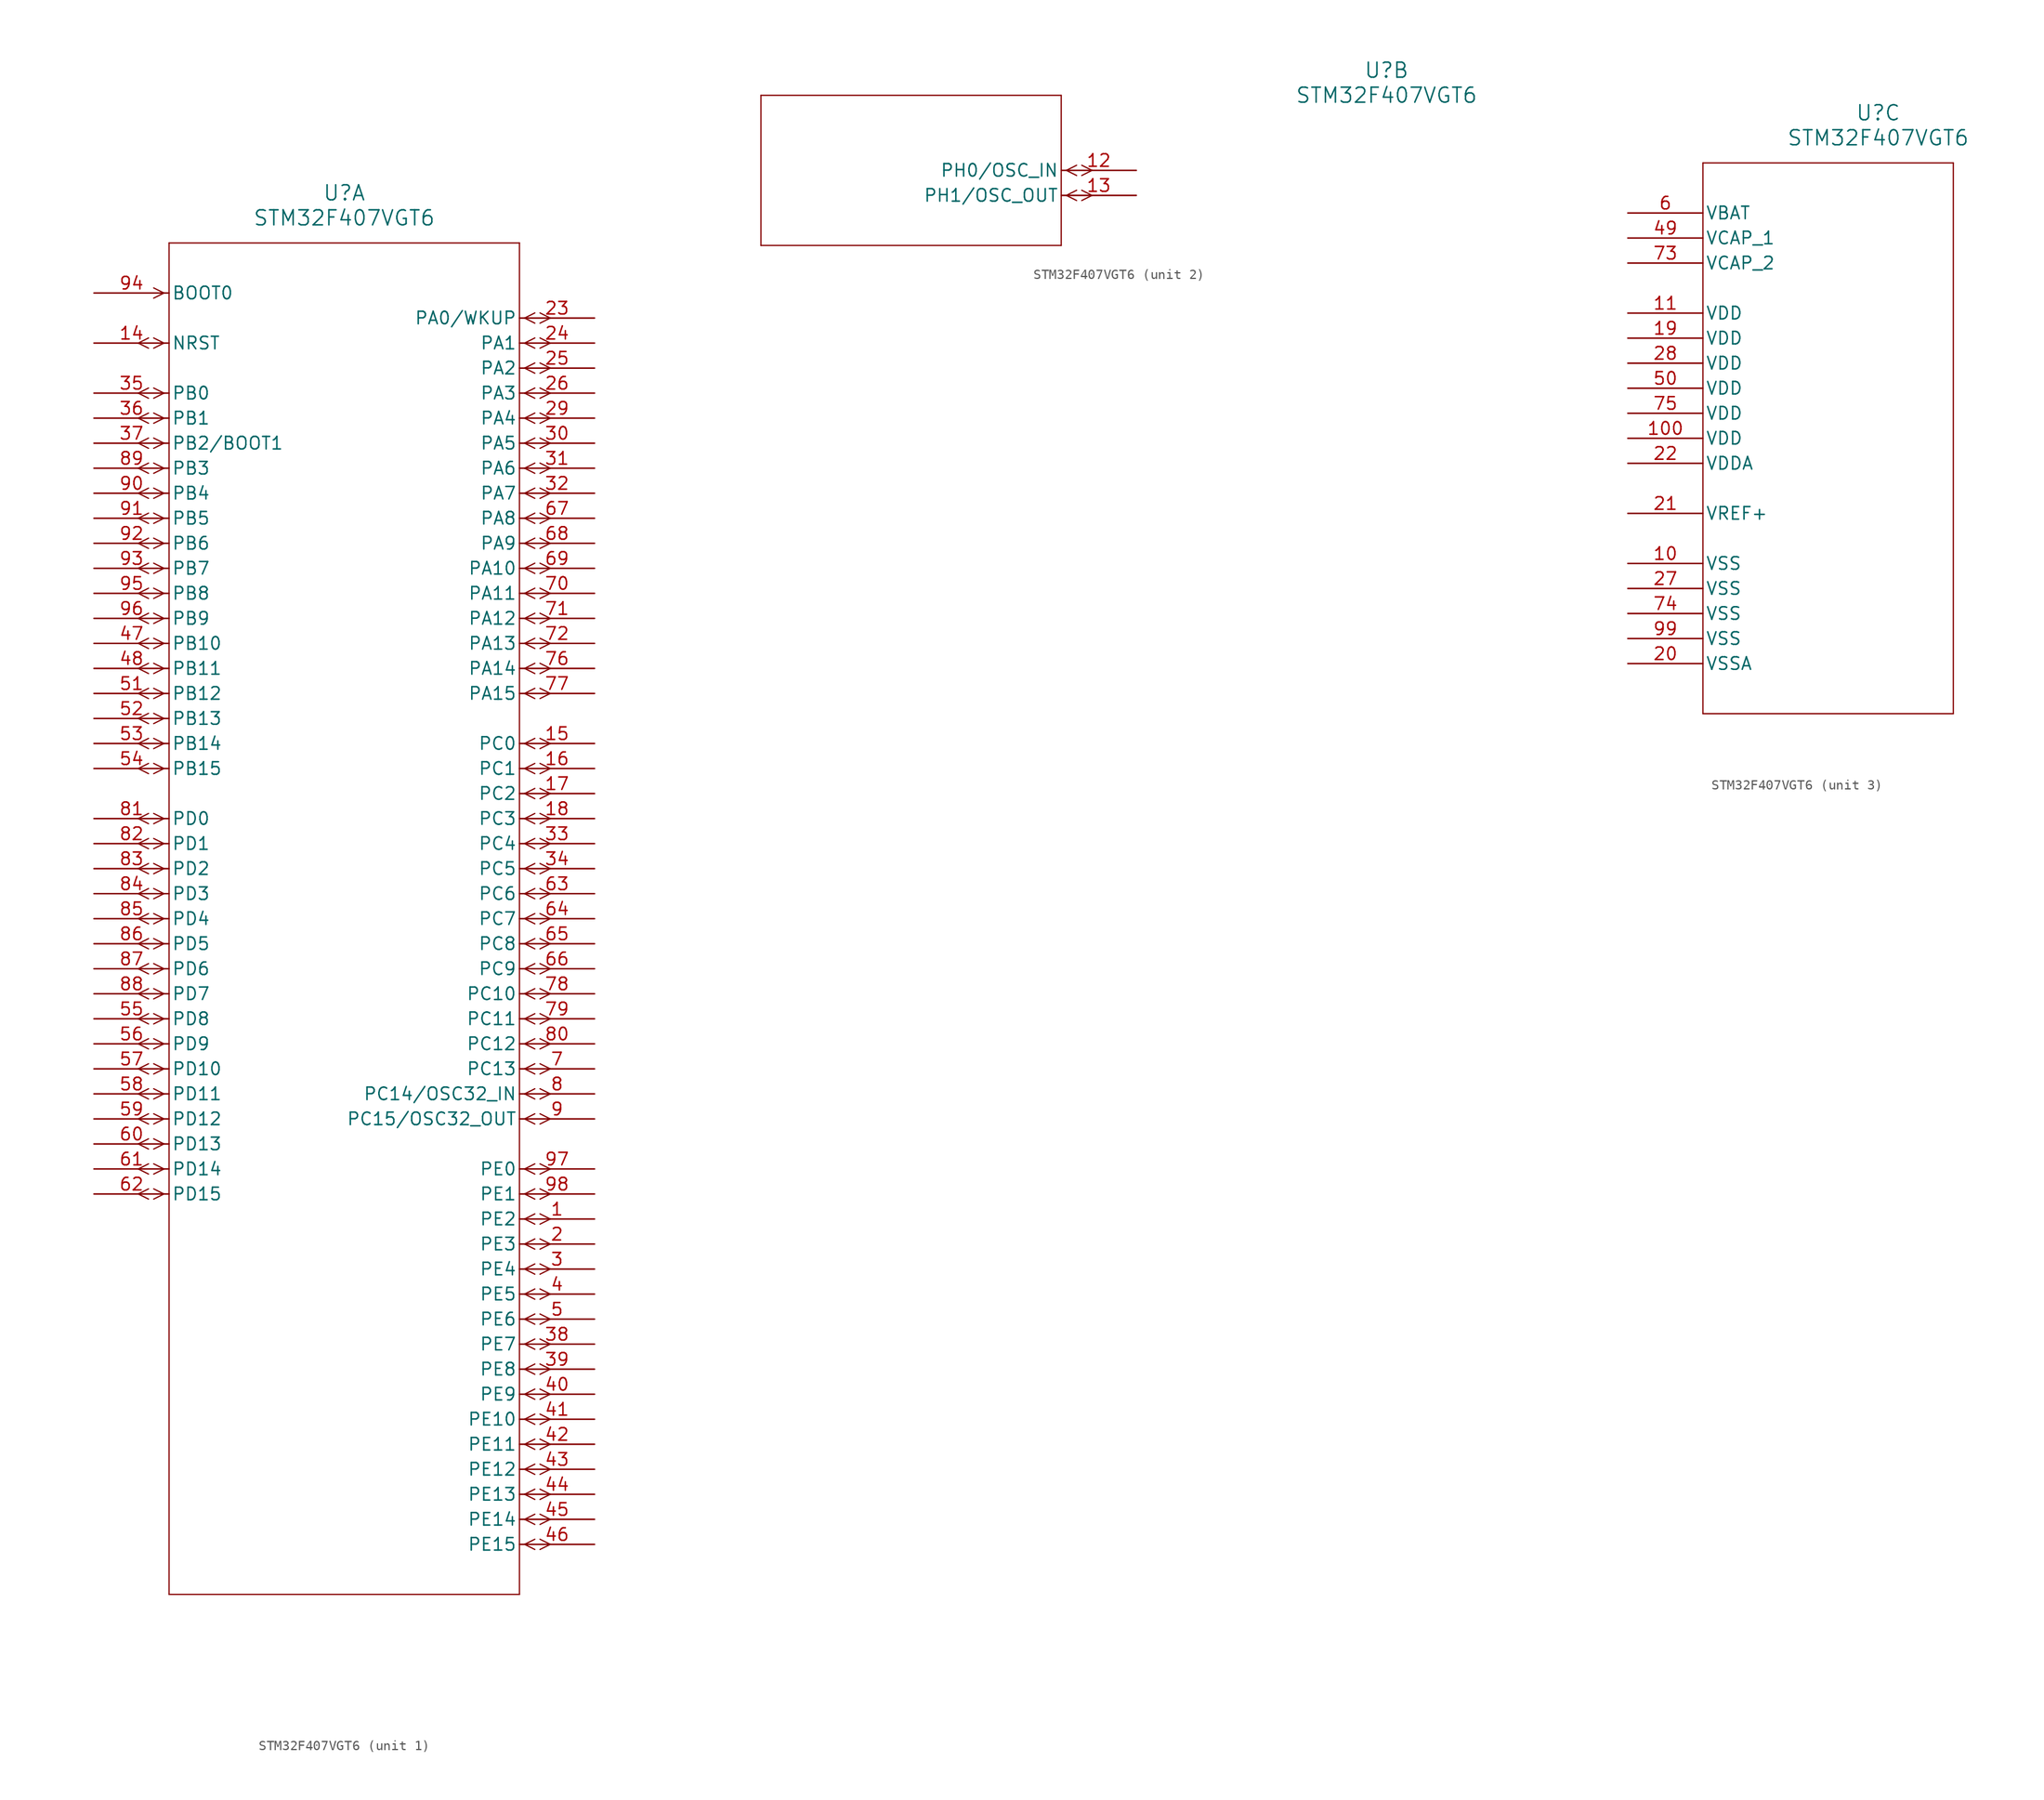
<source format=kicad_sym>
(kicad_symbol_lib
  (version 20211014)
  (generator kicad_symbol_editor)
  (symbol "STM32F407VGT6"
    (pin_names
      (offset 0.254))
    (property "Reference" "U"
      (at 25.4 10.16 0)
      (effects (font (size 1.524 1.524))))
    (property "Value" "STM32F407VGT6"
      (at 25.4 7.62 0)
      (effects (font (size 1.524 1.524))))
    (symbol "STM32F407VGT6_1_1"
      (polyline (pts (xy 7.099 0) (xy 6.058 0.521)) (stroke (width 0.127) (type default) (color 0 0 0 0)) (fill (type none)))
      (polyline (pts (xy 7.099 0) (xy 6.058 -0.521)) (stroke (width 0.127) (type default) (color 0 0 0 0)) (fill (type none)))
      (polyline (pts (xy 7.099 -5.08) (xy 6.058 -4.559)) (stroke (width 0.127) (type default) (color 0 0 0 0)) (fill (type none)))
      (polyline (pts (xy 7.099 -5.08) (xy 6.058 -5.601)) (stroke (width 0.127) (type default) (color 0 0 0 0)) (fill (type none)))
      (polyline (pts (xy 5.537 -4.559) (xy 4.496 -5.08)) (stroke (width 0.127) (type default) (color 0 0 0 0)) (fill (type none)))
      (polyline (pts (xy 5.537 -5.601) (xy 4.496 -5.08)) (stroke (width 0.127) (type default) (color 0 0 0 0)) (fill (type none)))
      (polyline (pts (xy 7.099 -10.16) (xy 6.058 -9.639)) (stroke (width 0.127) (type default) (color 0 0 0 0)) (fill (type none)))
      (polyline (pts (xy 7.099 -10.16) (xy 6.058 -10.681)) (stroke (width 0.127) (type default) (color 0 0 0 0)) (fill (type none)))
      (polyline (pts (xy 5.537 -9.639) (xy 4.496 -10.16)) (stroke (width 0.127) (type default) (color 0 0 0 0)) (fill (type none)))
      (polyline (pts (xy 5.537 -10.681) (xy 4.496 -10.16)) (stroke (width 0.127) (type default) (color 0 0 0 0)) (fill (type none)))
      (polyline (pts (xy 7.099 -12.7) (xy 6.058 -12.179)) (stroke (width 0.127) (type default) (color 0 0 0 0)) (fill (type none)))
      (polyline (pts (xy 7.099 -12.7) (xy 6.058 -13.221)) (stroke (width 0.127) (type default) (color 0 0 0 0)) (fill (type none)))
      (polyline (pts (xy 5.537 -12.179) (xy 4.496 -12.7)) (stroke (width 0.127) (type default) (color 0 0 0 0)) (fill (type none)))
      (polyline (pts (xy 5.537 -13.221) (xy 4.496 -12.7)) (stroke (width 0.127) (type default) (color 0 0 0 0)) (fill (type none)))
      (polyline (pts (xy 7.099 -15.24) (xy 6.058 -14.719)) (stroke (width 0.127) (type default) (color 0 0 0 0)) (fill (type none)))
      (polyline (pts (xy 7.099 -15.24) (xy 6.058 -15.761)) (stroke (width 0.127) (type default) (color 0 0 0 0)) (fill (type none)))
      (polyline (pts (xy 5.537 -14.719) (xy 4.496 -15.24)) (stroke (width 0.127) (type default) (color 0 0 0 0)) (fill (type none)))
      (polyline (pts (xy 5.537 -15.761) (xy 4.496 -15.24)) (stroke (width 0.127) (type default) (color 0 0 0 0)) (fill (type none)))
      (polyline (pts (xy 7.099 -17.78) (xy 6.058 -17.259)) (stroke (width 0.127) (type default) (color 0 0 0 0)) (fill (type none)))
      (polyline (pts (xy 7.099 -17.78) (xy 6.058 -18.301)) (stroke (width 0.127) (type default) (color 0 0 0 0)) (fill (type none)))
      (polyline (pts (xy 5.537 -17.259) (xy 4.496 -17.78)) (stroke (width 0.127) (type default) (color 0 0 0 0)) (fill (type none)))
      (polyline (pts (xy 5.537 -18.301) (xy 4.496 -17.78)) (stroke (width 0.127) (type default) (color 0 0 0 0)) (fill (type none)))
      (polyline (pts (xy 7.099 -20.32) (xy 6.058 -19.799)) (stroke (width 0.127) (type default) (color 0 0 0 0)) (fill (type none)))
      (polyline (pts (xy 7.099 -20.32) (xy 6.058 -20.841)) (stroke (width 0.127) (type default) (color 0 0 0 0)) (fill (type none)))
      (polyline (pts (xy 5.537 -19.799) (xy 4.496 -20.32)) (stroke (width 0.127) (type default) (color 0 0 0 0)) (fill (type none)))
      (polyline (pts (xy 5.537 -20.841) (xy 4.496 -20.32)) (stroke (width 0.127) (type default) (color 0 0 0 0)) (fill (type none)))
      (polyline (pts (xy 7.099 -22.86) (xy 6.058 -22.339)) (stroke (width 0.127) (type default) (color 0 0 0 0)) (fill (type none)))
      (polyline (pts (xy 7.099 -22.86) (xy 6.058 -23.381)) (stroke (width 0.127) (type default) (color 0 0 0 0)) (fill (type none)))
      (polyline (pts (xy 5.537 -22.339) (xy 4.496 -22.86)) (stroke (width 0.127) (type default) (color 0 0 0 0)) (fill (type none)))
      (polyline (pts (xy 5.537 -23.381) (xy 4.496 -22.86)) (stroke (width 0.127) (type default) (color 0 0 0 0)) (fill (type none)))
      (polyline (pts (xy 7.099 -25.4) (xy 6.058 -24.879)) (stroke (width 0.127) (type default) (color 0 0 0 0)) (fill (type none)))
      (polyline (pts (xy 7.099 -25.4) (xy 6.058 -25.921)) (stroke (width 0.127) (type default) (color 0 0 0 0)) (fill (type none)))
      (polyline (pts (xy 5.537 -24.879) (xy 4.496 -25.4)) (stroke (width 0.127) (type default) (color 0 0 0 0)) (fill (type none)))
      (polyline (pts (xy 5.537 -25.921) (xy 4.496 -25.4)) (stroke (width 0.127) (type default) (color 0 0 0 0)) (fill (type none)))
      (polyline (pts (xy 7.099 -27.94) (xy 6.058 -27.419)) (stroke (width 0.127) (type default) (color 0 0 0 0)) (fill (type none)))
      (polyline (pts (xy 7.099 -27.94) (xy 6.058 -28.461)) (stroke (width 0.127) (type default) (color 0 0 0 0)) (fill (type none)))
      (polyline (pts (xy 5.537 -27.419) (xy 4.496 -27.94)) (stroke (width 0.127) (type default) (color 0 0 0 0)) (fill (type none)))
      (polyline (pts (xy 5.537 -28.461) (xy 4.496 -27.94)) (stroke (width 0.127) (type default) (color 0 0 0 0)) (fill (type none)))
      (polyline (pts (xy 7.099 -30.48) (xy 6.058 -29.959)) (stroke (width 0.127) (type default) (color 0 0 0 0)) (fill (type none)))
      (polyline (pts (xy 7.099 -30.48) (xy 6.058 -31.001)) (stroke (width 0.127) (type default) (color 0 0 0 0)) (fill (type none)))
      (polyline (pts (xy 5.537 -29.959) (xy 4.496 -30.48)) (stroke (width 0.127) (type default) (color 0 0 0 0)) (fill (type none)))
      (polyline (pts (xy 5.537 -31.001) (xy 4.496 -30.48)) (stroke (width 0.127) (type default) (color 0 0 0 0)) (fill (type none)))
      (polyline (pts (xy 7.099 -33.02) (xy 6.058 -32.499)) (stroke (width 0.127) (type default) (color 0 0 0 0)) (fill (type none)))
      (polyline (pts (xy 7.099 -33.02) (xy 6.058 -33.541)) (stroke (width 0.127) (type default) (color 0 0 0 0)) (fill (type none)))
      (polyline (pts (xy 5.537 -32.499) (xy 4.496 -33.02)) (stroke (width 0.127) (type default) (color 0 0 0 0)) (fill (type none)))
      (polyline (pts (xy 5.537 -33.541) (xy 4.496 -33.02)) (stroke (width 0.127) (type default) (color 0 0 0 0)) (fill (type none)))
      (polyline (pts (xy 7.099 -35.56) (xy 6.058 -35.039)) (stroke (width 0.127) (type default) (color 0 0 0 0)) (fill (type none)))
      (polyline (pts (xy 7.099 -35.56) (xy 6.058 -36.081)) (stroke (width 0.127) (type default) (color 0 0 0 0)) (fill (type none)))
      (polyline (pts (xy 5.537 -35.039) (xy 4.496 -35.56)) (stroke (width 0.127) (type default) (color 0 0 0 0)) (fill (type none)))
      (polyline (pts (xy 5.537 -36.081) (xy 4.496 -35.56)) (stroke (width 0.127) (type default) (color 0 0 0 0)) (fill (type none)))
      (polyline (pts (xy 7.099 -38.1) (xy 6.058 -37.579)) (stroke (width 0.127) (type default) (color 0 0 0 0)) (fill (type none)))
      (polyline (pts (xy 7.099 -38.1) (xy 6.058 -38.621)) (stroke (width 0.127) (type default) (color 0 0 0 0)) (fill (type none)))
      (polyline (pts (xy 5.537 -37.579) (xy 4.496 -38.1)) (stroke (width 0.127) (type default) (color 0 0 0 0)) (fill (type none)))
      (polyline (pts (xy 5.537 -38.621) (xy 4.496 -38.1)) (stroke (width 0.127) (type default) (color 0 0 0 0)) (fill (type none)))
      (polyline (pts (xy 7.099 -40.64) (xy 6.058 -40.119)) (stroke (width 0.127) (type default) (color 0 0 0 0)) (fill (type none)))
      (polyline (pts (xy 7.099 -40.64) (xy 6.058 -41.161)) (stroke (width 0.127) (type default) (color 0 0 0 0)) (fill (type none)))
      (polyline (pts (xy 5.537 -40.119) (xy 4.496 -40.64)) (stroke (width 0.127) (type default) (color 0 0 0 0)) (fill (type none)))
      (polyline (pts (xy 5.537 -41.161) (xy 4.496 -40.64)) (stroke (width 0.127) (type default) (color 0 0 0 0)) (fill (type none)))
      (polyline (pts (xy 7.099 -43.18) (xy 6.058 -42.659)) (stroke (width 0.127) (type default) (color 0 0 0 0)) (fill (type none)))
      (polyline (pts (xy 7.099 -43.18) (xy 6.058 -43.701)) (stroke (width 0.127) (type default) (color 0 0 0 0)) (fill (type none)))
      (polyline (pts (xy 5.537 -42.659) (xy 4.496 -43.18)) (stroke (width 0.127) (type default) (color 0 0 0 0)) (fill (type none)))
      (polyline (pts (xy 5.537 -43.701) (xy 4.496 -43.18)) (stroke (width 0.127) (type default) (color 0 0 0 0)) (fill (type none)))
      (polyline (pts (xy 7.099 -45.72) (xy 6.058 -45.199)) (stroke (width 0.127) (type default) (color 0 0 0 0)) (fill (type none)))
      (polyline (pts (xy 7.099 -45.72) (xy 6.058 -46.241)) (stroke (width 0.127) (type default) (color 0 0 0 0)) (fill (type none)))
      (polyline (pts (xy 5.537 -45.199) (xy 4.496 -45.72)) (stroke (width 0.127) (type default) (color 0 0 0 0)) (fill (type none)))
      (polyline (pts (xy 5.537 -46.241) (xy 4.496 -45.72)) (stroke (width 0.127) (type default) (color 0 0 0 0)) (fill (type none)))
      (polyline (pts (xy 7.099 -48.26) (xy 6.058 -47.739)) (stroke (width 0.127) (type default) (color 0 0 0 0)) (fill (type none)))
      (polyline (pts (xy 7.099 -48.26) (xy 6.058 -48.781)) (stroke (width 0.127) (type default) (color 0 0 0 0)) (fill (type none)))
      (polyline (pts (xy 5.537 -47.739) (xy 4.496 -48.26)) (stroke (width 0.127) (type default) (color 0 0 0 0)) (fill (type none)))
      (polyline (pts (xy 5.537 -48.781) (xy 4.496 -48.26)) (stroke (width 0.127) (type default) (color 0 0 0 0)) (fill (type none)))
      (polyline (pts (xy 7.099 -53.34) (xy 6.058 -52.819)) (stroke (width 0.127) (type default) (color 0 0 0 0)) (fill (type none)))
      (polyline (pts (xy 7.099 -53.34) (xy 6.058 -53.861)) (stroke (width 0.127) (type default) (color 0 0 0 0)) (fill (type none)))
      (polyline (pts (xy 5.537 -52.819) (xy 4.496 -53.34)) (stroke (width 0.127) (type default) (color 0 0 0 0)) (fill (type none)))
      (polyline (pts (xy 5.537 -53.861) (xy 4.496 -53.34)) (stroke (width 0.127) (type default) (color 0 0 0 0)) (fill (type none)))
      (polyline (pts (xy 7.099 -55.88) (xy 6.058 -55.359)) (stroke (width 0.127) (type default) (color 0 0 0 0)) (fill (type none)))
      (polyline (pts (xy 7.099 -55.88) (xy 6.058 -56.401)) (stroke (width 0.127) (type default) (color 0 0 0 0)) (fill (type none)))
      (polyline (pts (xy 5.537 -55.359) (xy 4.496 -55.88)) (stroke (width 0.127) (type default) (color 0 0 0 0)) (fill (type none)))
      (polyline (pts (xy 5.537 -56.401) (xy 4.496 -55.88)) (stroke (width 0.127) (type default) (color 0 0 0 0)) (fill (type none)))
      (polyline (pts (xy 7.099 -58.42) (xy 6.058 -57.899)) (stroke (width 0.127) (type default) (color 0 0 0 0)) (fill (type none)))
      (polyline (pts (xy 7.099 -58.42) (xy 6.058 -58.941)) (stroke (width 0.127) (type default) (color 0 0 0 0)) (fill (type none)))
      (polyline (pts (xy 5.537 -57.899) (xy 4.496 -58.42)) (stroke (width 0.127) (type default) (color 0 0 0 0)) (fill (type none)))
      (polyline (pts (xy 5.537 -58.941) (xy 4.496 -58.42)) (stroke (width 0.127) (type default) (color 0 0 0 0)) (fill (type none)))
      (polyline (pts (xy 7.099 -60.96) (xy 6.058 -60.439)) (stroke (width 0.127) (type default) (color 0 0 0 0)) (fill (type none)))
      (polyline (pts (xy 7.099 -60.96) (xy 6.058 -61.481)) (stroke (width 0.127) (type default) (color 0 0 0 0)) (fill (type none)))
      (polyline (pts (xy 5.537 -60.439) (xy 4.496 -60.96)) (stroke (width 0.127) (type default) (color 0 0 0 0)) (fill (type none)))
      (polyline (pts (xy 5.537 -61.481) (xy 4.496 -60.96)) (stroke (width 0.127) (type default) (color 0 0 0 0)) (fill (type none)))
      (polyline (pts (xy 7.099 -63.5) (xy 6.058 -62.979)) (stroke (width 0.127) (type default) (color 0 0 0 0)) (fill (type none)))
      (polyline (pts (xy 7.099 -63.5) (xy 6.058 -64.021)) (stroke (width 0.127) (type default) (color 0 0 0 0)) (fill (type none)))
      (polyline (pts (xy 5.537 -62.979) (xy 4.496 -63.5)) (stroke (width 0.127) (type default) (color 0 0 0 0)) (fill (type none)))
      (polyline (pts (xy 5.537 -64.021) (xy 4.496 -63.5)) (stroke (width 0.127) (type default) (color 0 0 0 0)) (fill (type none)))
      (polyline (pts (xy 7.099 -66.04) (xy 6.058 -65.519)) (stroke (width 0.127) (type default) (color 0 0 0 0)) (fill (type none)))
      (polyline (pts (xy 7.099 -66.04) (xy 6.058 -66.561)) (stroke (width 0.127) (type default) (color 0 0 0 0)) (fill (type none)))
      (polyline (pts (xy 5.537 -65.519) (xy 4.496 -66.04)) (stroke (width 0.127) (type default) (color 0 0 0 0)) (fill (type none)))
      (polyline (pts (xy 5.537 -66.561) (xy 4.496 -66.04)) (stroke (width 0.127) (type default) (color 0 0 0 0)) (fill (type none)))
      (polyline (pts (xy 7.099 -68.58) (xy 6.058 -68.059)) (stroke (width 0.127) (type default) (color 0 0 0 0)) (fill (type none)))
      (polyline (pts (xy 7.099 -68.58) (xy 6.058 -69.101)) (stroke (width 0.127) (type default) (color 0 0 0 0)) (fill (type none)))
      (polyline (pts (xy 5.537 -68.059) (xy 4.496 -68.58)) (stroke (width 0.127) (type default) (color 0 0 0 0)) (fill (type none)))
      (polyline (pts (xy 5.537 -69.101) (xy 4.496 -68.58)) (stroke (width 0.127) (type default) (color 0 0 0 0)) (fill (type none)))
      (polyline (pts (xy 7.099 -71.12) (xy 6.058 -70.599)) (stroke (width 0.127) (type default) (color 0 0 0 0)) (fill (type none)))
      (polyline (pts (xy 7.099 -71.12) (xy 6.058 -71.641)) (stroke (width 0.127) (type default) (color 0 0 0 0)) (fill (type none)))
      (polyline (pts (xy 5.537 -70.599) (xy 4.496 -71.12)) (stroke (width 0.127) (type default) (color 0 0 0 0)) (fill (type none)))
      (polyline (pts (xy 5.537 -71.641) (xy 4.496 -71.12)) (stroke (width 0.127) (type default) (color 0 0 0 0)) (fill (type none)))
      (polyline (pts (xy 7.099 -73.66) (xy 6.058 -73.139)) (stroke (width 0.127) (type default) (color 0 0 0 0)) (fill (type none)))
      (polyline (pts (xy 7.099 -73.66) (xy 6.058 -74.181)) (stroke (width 0.127) (type default) (color 0 0 0 0)) (fill (type none)))
      (polyline (pts (xy 5.537 -73.139) (xy 4.496 -73.66)) (stroke (width 0.127) (type default) (color 0 0 0 0)) (fill (type none)))
      (polyline (pts (xy 5.537 -74.181) (xy 4.496 -73.66)) (stroke (width 0.127) (type default) (color 0 0 0 0)) (fill (type none)))
      (polyline (pts (xy 7.099 -76.2) (xy 6.058 -75.679)) (stroke (width 0.127) (type default) (color 0 0 0 0)) (fill (type none)))
      (polyline (pts (xy 7.099 -76.2) (xy 6.058 -76.721)) (stroke (width 0.127) (type default) (color 0 0 0 0)) (fill (type none)))
      (polyline (pts (xy 5.537 -75.679) (xy 4.496 -76.2)) (stroke (width 0.127) (type default) (color 0 0 0 0)) (fill (type none)))
      (polyline (pts (xy 5.537 -76.721) (xy 4.496 -76.2)) (stroke (width 0.127) (type default) (color 0 0 0 0)) (fill (type none)))
      (polyline (pts (xy 7.099 -78.74) (xy 6.058 -78.219)) (stroke (width 0.127) (type default) (color 0 0 0 0)) (fill (type none)))
      (polyline (pts (xy 7.099 -78.74) (xy 6.058 -79.261)) (stroke (width 0.127) (type default) (color 0 0 0 0)) (fill (type none)))
      (polyline (pts (xy 5.537 -78.219) (xy 4.496 -78.74)) (stroke (width 0.127) (type default) (color 0 0 0 0)) (fill (type none)))
      (polyline (pts (xy 5.537 -79.261) (xy 4.496 -78.74)) (stroke (width 0.127) (type default) (color 0 0 0 0)) (fill (type none)))
      (polyline (pts (xy 7.099 -81.28) (xy 6.058 -80.759)) (stroke (width 0.127) (type default) (color 0 0 0 0)) (fill (type none)))
      (polyline (pts (xy 7.099 -81.28) (xy 6.058 -81.801)) (stroke (width 0.127) (type default) (color 0 0 0 0)) (fill (type none)))
      (polyline (pts (xy 5.537 -80.759) (xy 4.496 -81.28)) (stroke (width 0.127) (type default) (color 0 0 0 0)) (fill (type none)))
      (polyline (pts (xy 5.537 -81.801) (xy 4.496 -81.28)) (stroke (width 0.127) (type default) (color 0 0 0 0)) (fill (type none)))
      (polyline (pts (xy 7.099 -83.82) (xy 6.058 -83.299)) (stroke (width 0.127) (type default) (color 0 0 0 0)) (fill (type none)))
      (polyline (pts (xy 7.099 -83.82) (xy 6.058 -84.341)) (stroke (width 0.127) (type default) (color 0 0 0 0)) (fill (type none)))
      (polyline (pts (xy 5.537 -83.299) (xy 4.496 -83.82)) (stroke (width 0.127) (type default) (color 0 0 0 0)) (fill (type none)))
      (polyline (pts (xy 5.537 -84.341) (xy 4.496 -83.82)) (stroke (width 0.127) (type default) (color 0 0 0 0)) (fill (type none)))
      (polyline (pts (xy 7.099 -86.36) (xy 6.058 -85.839)) (stroke (width 0.127) (type default) (color 0 0 0 0)) (fill (type none)))
      (polyline (pts (xy 7.099 -86.36) (xy 6.058 -86.881)) (stroke (width 0.127) (type default) (color 0 0 0 0)) (fill (type none)))
      (polyline (pts (xy 5.537 -85.839) (xy 4.496 -86.36)) (stroke (width 0.127) (type default) (color 0 0 0 0)) (fill (type none)))
      (polyline (pts (xy 5.537 -86.881) (xy 4.496 -86.36)) (stroke (width 0.127) (type default) (color 0 0 0 0)) (fill (type none)))
      (polyline (pts (xy 7.099 -88.9) (xy 6.058 -88.379)) (stroke (width 0.127) (type default) (color 0 0 0 0)) (fill (type none)))
      (polyline (pts (xy 7.099 -88.9) (xy 6.058 -89.421)) (stroke (width 0.127) (type default) (color 0 0 0 0)) (fill (type none)))
      (polyline (pts (xy 5.537 -88.379) (xy 4.496 -88.9)) (stroke (width 0.127) (type default) (color 0 0 0 0)) (fill (type none)))
      (polyline (pts (xy 5.537 -89.421) (xy 4.496 -88.9)) (stroke (width 0.127) (type default) (color 0 0 0 0)) (fill (type none)))
      (polyline (pts (xy 7.099 -91.44) (xy 6.058 -90.919)) (stroke (width 0.127) (type default) (color 0 0 0 0)) (fill (type none)))
      (polyline (pts (xy 7.099 -91.44) (xy 6.058 -91.961)) (stroke (width 0.127) (type default) (color 0 0 0 0)) (fill (type none)))
      (polyline (pts (xy 5.537 -90.919) (xy 4.496 -91.44)) (stroke (width 0.127) (type default) (color 0 0 0 0)) (fill (type none)))
      (polyline (pts (xy 5.537 -91.961) (xy 4.496 -91.44)) (stroke (width 0.127) (type default) (color 0 0 0 0)) (fill (type none)))
      (polyline (pts (xy 43.701 -2.54) (xy 44.742 -2.019)) (stroke (width 0.127) (type default) (color 0 0 0 0)) (fill (type none)))
      (polyline (pts (xy 43.701 -2.54) (xy 44.742 -3.061)) (stroke (width 0.127) (type default) (color 0 0 0 0)) (fill (type none)))
      (polyline (pts (xy 45.263 -2.019) (xy 46.304 -2.54)) (stroke (width 0.127) (type default) (color 0 0 0 0)) (fill (type none)))
      (polyline (pts (xy 45.263 -3.061) (xy 46.304 -2.54)) (stroke (width 0.127) (type default) (color 0 0 0 0)) (fill (type none)))
      (polyline (pts (xy 43.701 -5.08) (xy 44.742 -4.559)) (stroke (width 0.127) (type default) (color 0 0 0 0)) (fill (type none)))
      (polyline (pts (xy 43.701 -5.08) (xy 44.742 -5.601)) (stroke (width 0.127) (type default) (color 0 0 0 0)) (fill (type none)))
      (polyline (pts (xy 45.263 -4.559) (xy 46.304 -5.08)) (stroke (width 0.127) (type default) (color 0 0 0 0)) (fill (type none)))
      (polyline (pts (xy 45.263 -5.601) (xy 46.304 -5.08)) (stroke (width 0.127) (type default) (color 0 0 0 0)) (fill (type none)))
      (polyline (pts (xy 43.701 -7.62) (xy 44.742 -7.099)) (stroke (width 0.127) (type default) (color 0 0 0 0)) (fill (type none)))
      (polyline (pts (xy 43.701 -7.62) (xy 44.742 -8.141)) (stroke (width 0.127) (type default) (color 0 0 0 0)) (fill (type none)))
      (polyline (pts (xy 45.263 -7.099) (xy 46.304 -7.62)) (stroke (width 0.127) (type default) (color 0 0 0 0)) (fill (type none)))
      (polyline (pts (xy 45.263 -8.141) (xy 46.304 -7.62)) (stroke (width 0.127) (type default) (color 0 0 0 0)) (fill (type none)))
      (polyline (pts (xy 43.701 -10.16) (xy 44.742 -9.639)) (stroke (width 0.127) (type default) (color 0 0 0 0)) (fill (type none)))
      (polyline (pts (xy 43.701 -10.16) (xy 44.742 -10.681)) (stroke (width 0.127) (type default) (color 0 0 0 0)) (fill (type none)))
      (polyline (pts (xy 45.263 -9.639) (xy 46.304 -10.16)) (stroke (width 0.127) (type default) (color 0 0 0 0)) (fill (type none)))
      (polyline (pts (xy 45.263 -10.681) (xy 46.304 -10.16)) (stroke (width 0.127) (type default) (color 0 0 0 0)) (fill (type none)))
      (polyline (pts (xy 43.701 -12.7) (xy 44.742 -12.179)) (stroke (width 0.127) (type default) (color 0 0 0 0)) (fill (type none)))
      (polyline (pts (xy 43.701 -12.7) (xy 44.742 -13.221)) (stroke (width 0.127) (type default) (color 0 0 0 0)) (fill (type none)))
      (polyline (pts (xy 45.263 -12.179) (xy 46.304 -12.7)) (stroke (width 0.127) (type default) (color 0 0 0 0)) (fill (type none)))
      (polyline (pts (xy 45.263 -13.221) (xy 46.304 -12.7)) (stroke (width 0.127) (type default) (color 0 0 0 0)) (fill (type none)))
      (polyline (pts (xy 43.701 -15.24) (xy 44.742 -14.719)) (stroke (width 0.127) (type default) (color 0 0 0 0)) (fill (type none)))
      (polyline (pts (xy 43.701 -15.24) (xy 44.742 -15.761)) (stroke (width 0.127) (type default) (color 0 0 0 0)) (fill (type none)))
      (polyline (pts (xy 45.263 -14.719) (xy 46.304 -15.24)) (stroke (width 0.127) (type default) (color 0 0 0 0)) (fill (type none)))
      (polyline (pts (xy 45.263 -15.761) (xy 46.304 -15.24)) (stroke (width 0.127) (type default) (color 0 0 0 0)) (fill (type none)))
      (polyline (pts (xy 43.701 -17.78) (xy 44.742 -17.259)) (stroke (width 0.127) (type default) (color 0 0 0 0)) (fill (type none)))
      (polyline (pts (xy 43.701 -17.78) (xy 44.742 -18.301)) (stroke (width 0.127) (type default) (color 0 0 0 0)) (fill (type none)))
      (polyline (pts (xy 45.263 -17.259) (xy 46.304 -17.78)) (stroke (width 0.127) (type default) (color 0 0 0 0)) (fill (type none)))
      (polyline (pts (xy 45.263 -18.301) (xy 46.304 -17.78)) (stroke (width 0.127) (type default) (color 0 0 0 0)) (fill (type none)))
      (polyline (pts (xy 43.701 -20.32) (xy 44.742 -19.799)) (stroke (width 0.127) (type default) (color 0 0 0 0)) (fill (type none)))
      (polyline (pts (xy 43.701 -20.32) (xy 44.742 -20.841)) (stroke (width 0.127) (type default) (color 0 0 0 0)) (fill (type none)))
      (polyline (pts (xy 45.263 -19.799) (xy 46.304 -20.32)) (stroke (width 0.127) (type default) (color 0 0 0 0)) (fill (type none)))
      (polyline (pts (xy 45.263 -20.841) (xy 46.304 -20.32)) (stroke (width 0.127) (type default) (color 0 0 0 0)) (fill (type none)))
      (polyline (pts (xy 43.701 -22.86) (xy 44.742 -22.339)) (stroke (width 0.127) (type default) (color 0 0 0 0)) (fill (type none)))
      (polyline (pts (xy 43.701 -22.86) (xy 44.742 -23.381)) (stroke (width 0.127) (type default) (color 0 0 0 0)) (fill (type none)))
      (polyline (pts (xy 45.263 -22.339) (xy 46.304 -22.86)) (stroke (width 0.127) (type default) (color 0 0 0 0)) (fill (type none)))
      (polyline (pts (xy 45.263 -23.381) (xy 46.304 -22.86)) (stroke (width 0.127) (type default) (color 0 0 0 0)) (fill (type none)))
      (polyline (pts (xy 43.701 -25.4) (xy 44.742 -24.879)) (stroke (width 0.127) (type default) (color 0 0 0 0)) (fill (type none)))
      (polyline (pts (xy 43.701 -25.4) (xy 44.742 -25.921)) (stroke (width 0.127) (type default) (color 0 0 0 0)) (fill (type none)))
      (polyline (pts (xy 45.263 -24.879) (xy 46.304 -25.4)) (stroke (width 0.127) (type default) (color 0 0 0 0)) (fill (type none)))
      (polyline (pts (xy 45.263 -25.921) (xy 46.304 -25.4)) (stroke (width 0.127) (type default) (color 0 0 0 0)) (fill (type none)))
      (polyline (pts (xy 43.701 -27.94) (xy 44.742 -27.419)) (stroke (width 0.127) (type default) (color 0 0 0 0)) (fill (type none)))
      (polyline (pts (xy 43.701 -27.94) (xy 44.742 -28.461)) (stroke (width 0.127) (type default) (color 0 0 0 0)) (fill (type none)))
      (polyline (pts (xy 45.263 -27.419) (xy 46.304 -27.94)) (stroke (width 0.127) (type default) (color 0 0 0 0)) (fill (type none)))
      (polyline (pts (xy 45.263 -28.461) (xy 46.304 -27.94)) (stroke (width 0.127) (type default) (color 0 0 0 0)) (fill (type none)))
      (polyline (pts (xy 43.701 -30.48) (xy 44.742 -29.959)) (stroke (width 0.127) (type default) (color 0 0 0 0)) (fill (type none)))
      (polyline (pts (xy 43.701 -30.48) (xy 44.742 -31.001)) (stroke (width 0.127) (type default) (color 0 0 0 0)) (fill (type none)))
      (polyline (pts (xy 45.263 -29.959) (xy 46.304 -30.48)) (stroke (width 0.127) (type default) (color 0 0 0 0)) (fill (type none)))
      (polyline (pts (xy 45.263 -31.001) (xy 46.304 -30.48)) (stroke (width 0.127) (type default) (color 0 0 0 0)) (fill (type none)))
      (polyline (pts (xy 43.701 -33.02) (xy 44.742 -32.499)) (stroke (width 0.127) (type default) (color 0 0 0 0)) (fill (type none)))
      (polyline (pts (xy 43.701 -33.02) (xy 44.742 -33.541)) (stroke (width 0.127) (type default) (color 0 0 0 0)) (fill (type none)))
      (polyline (pts (xy 45.263 -32.499) (xy 46.304 -33.02)) (stroke (width 0.127) (type default) (color 0 0 0 0)) (fill (type none)))
      (polyline (pts (xy 45.263 -33.541) (xy 46.304 -33.02)) (stroke (width 0.127) (type default) (color 0 0 0 0)) (fill (type none)))
      (polyline (pts (xy 43.701 -35.56) (xy 44.742 -35.039)) (stroke (width 0.127) (type default) (color 0 0 0 0)) (fill (type none)))
      (polyline (pts (xy 43.701 -35.56) (xy 44.742 -36.081)) (stroke (width 0.127) (type default) (color 0 0 0 0)) (fill (type none)))
      (polyline (pts (xy 45.263 -35.039) (xy 46.304 -35.56)) (stroke (width 0.127) (type default) (color 0 0 0 0)) (fill (type none)))
      (polyline (pts (xy 45.263 -36.081) (xy 46.304 -35.56)) (stroke (width 0.127) (type default) (color 0 0 0 0)) (fill (type none)))
      (polyline (pts (xy 43.701 -38.1) (xy 44.742 -37.579)) (stroke (width 0.127) (type default) (color 0 0 0 0)) (fill (type none)))
      (polyline (pts (xy 43.701 -38.1) (xy 44.742 -38.621)) (stroke (width 0.127) (type default) (color 0 0 0 0)) (fill (type none)))
      (polyline (pts (xy 45.263 -37.579) (xy 46.304 -38.1)) (stroke (width 0.127) (type default) (color 0 0 0 0)) (fill (type none)))
      (polyline (pts (xy 45.263 -38.621) (xy 46.304 -38.1)) (stroke (width 0.127) (type default) (color 0 0 0 0)) (fill (type none)))
      (polyline (pts (xy 43.701 -40.64) (xy 44.742 -40.119)) (stroke (width 0.127) (type default) (color 0 0 0 0)) (fill (type none)))
      (polyline (pts (xy 43.701 -40.64) (xy 44.742 -41.161)) (stroke (width 0.127) (type default) (color 0 0 0 0)) (fill (type none)))
      (polyline (pts (xy 45.263 -40.119) (xy 46.304 -40.64)) (stroke (width 0.127) (type default) (color 0 0 0 0)) (fill (type none)))
      (polyline (pts (xy 45.263 -41.161) (xy 46.304 -40.64)) (stroke (width 0.127) (type default) (color 0 0 0 0)) (fill (type none)))
      (polyline (pts (xy 43.701 -45.72) (xy 44.742 -45.199)) (stroke (width 0.127) (type default) (color 0 0 0 0)) (fill (type none)))
      (polyline (pts (xy 43.701 -45.72) (xy 44.742 -46.241)) (stroke (width 0.127) (type default) (color 0 0 0 0)) (fill (type none)))
      (polyline (pts (xy 45.263 -45.199) (xy 46.304 -45.72)) (stroke (width 0.127) (type default) (color 0 0 0 0)) (fill (type none)))
      (polyline (pts (xy 45.263 -46.241) (xy 46.304 -45.72)) (stroke (width 0.127) (type default) (color 0 0 0 0)) (fill (type none)))
      (polyline (pts (xy 43.701 -48.26) (xy 44.742 -47.739)) (stroke (width 0.127) (type default) (color 0 0 0 0)) (fill (type none)))
      (polyline (pts (xy 43.701 -48.26) (xy 44.742 -48.781)) (stroke (width 0.127) (type default) (color 0 0 0 0)) (fill (type none)))
      (polyline (pts (xy 45.263 -47.739) (xy 46.304 -48.26)) (stroke (width 0.127) (type default) (color 0 0 0 0)) (fill (type none)))
      (polyline (pts (xy 45.263 -48.781) (xy 46.304 -48.26)) (stroke (width 0.127) (type default) (color 0 0 0 0)) (fill (type none)))
      (polyline (pts (xy 43.701 -50.8) (xy 44.742 -50.279)) (stroke (width 0.127) (type default) (color 0 0 0 0)) (fill (type none)))
      (polyline (pts (xy 43.701 -50.8) (xy 44.742 -51.321)) (stroke (width 0.127) (type default) (color 0 0 0 0)) (fill (type none)))
      (polyline (pts (xy 45.263 -50.279) (xy 46.304 -50.8)) (stroke (width 0.127) (type default) (color 0 0 0 0)) (fill (type none)))
      (polyline (pts (xy 45.263 -51.321) (xy 46.304 -50.8)) (stroke (width 0.127) (type default) (color 0 0 0 0)) (fill (type none)))
      (polyline (pts (xy 43.701 -53.34) (xy 44.742 -52.819)) (stroke (width 0.127) (type default) (color 0 0 0 0)) (fill (type none)))
      (polyline (pts (xy 43.701 -53.34) (xy 44.742 -53.861)) (stroke (width 0.127) (type default) (color 0 0 0 0)) (fill (type none)))
      (polyline (pts (xy 45.263 -52.819) (xy 46.304 -53.34)) (stroke (width 0.127) (type default) (color 0 0 0 0)) (fill (type none)))
      (polyline (pts (xy 45.263 -53.861) (xy 46.304 -53.34)) (stroke (width 0.127) (type default) (color 0 0 0 0)) (fill (type none)))
      (polyline (pts (xy 43.701 -55.88) (xy 44.742 -55.359)) (stroke (width 0.127) (type default) (color 0 0 0 0)) (fill (type none)))
      (polyline (pts (xy 43.701 -55.88) (xy 44.742 -56.401)) (stroke (width 0.127) (type default) (color 0 0 0 0)) (fill (type none)))
      (polyline (pts (xy 45.263 -55.359) (xy 46.304 -55.88)) (stroke (width 0.127) (type default) (color 0 0 0 0)) (fill (type none)))
      (polyline (pts (xy 45.263 -56.401) (xy 46.304 -55.88)) (stroke (width 0.127) (type default) (color 0 0 0 0)) (fill (type none)))
      (polyline (pts (xy 43.701 -58.42) (xy 44.742 -57.899)) (stroke (width 0.127) (type default) (color 0 0 0 0)) (fill (type none)))
      (polyline (pts (xy 43.701 -58.42) (xy 44.742 -58.941)) (stroke (width 0.127) (type default) (color 0 0 0 0)) (fill (type none)))
      (polyline (pts (xy 45.263 -57.899) (xy 46.304 -58.42)) (stroke (width 0.127) (type default) (color 0 0 0 0)) (fill (type none)))
      (polyline (pts (xy 45.263 -58.941) (xy 46.304 -58.42)) (stroke (width 0.127) (type default) (color 0 0 0 0)) (fill (type none)))
      (polyline (pts (xy 43.701 -60.96) (xy 44.742 -60.439)) (stroke (width 0.127) (type default) (color 0 0 0 0)) (fill (type none)))
      (polyline (pts (xy 43.701 -60.96) (xy 44.742 -61.481)) (stroke (width 0.127) (type default) (color 0 0 0 0)) (fill (type none)))
      (polyline (pts (xy 45.263 -60.439) (xy 46.304 -60.96)) (stroke (width 0.127) (type default) (color 0 0 0 0)) (fill (type none)))
      (polyline (pts (xy 45.263 -61.481) (xy 46.304 -60.96)) (stroke (width 0.127) (type default) (color 0 0 0 0)) (fill (type none)))
      (polyline (pts (xy 43.701 -63.5) (xy 44.742 -62.979)) (stroke (width 0.127) (type default) (color 0 0 0 0)) (fill (type none)))
      (polyline (pts (xy 43.701 -63.5) (xy 44.742 -64.021)) (stroke (width 0.127) (type default) (color 0 0 0 0)) (fill (type none)))
      (polyline (pts (xy 45.263 -62.979) (xy 46.304 -63.5)) (stroke (width 0.127) (type default) (color 0 0 0 0)) (fill (type none)))
      (polyline (pts (xy 45.263 -64.021) (xy 46.304 -63.5)) (stroke (width 0.127) (type default) (color 0 0 0 0)) (fill (type none)))
      (polyline (pts (xy 43.701 -66.04) (xy 44.742 -65.519)) (stroke (width 0.127) (type default) (color 0 0 0 0)) (fill (type none)))
      (polyline (pts (xy 43.701 -66.04) (xy 44.742 -66.561)) (stroke (width 0.127) (type default) (color 0 0 0 0)) (fill (type none)))
      (polyline (pts (xy 45.263 -65.519) (xy 46.304 -66.04)) (stroke (width 0.127) (type default) (color 0 0 0 0)) (fill (type none)))
      (polyline (pts (xy 45.263 -66.561) (xy 46.304 -66.04)) (stroke (width 0.127) (type default) (color 0 0 0 0)) (fill (type none)))
      (polyline (pts (xy 43.701 -68.58) (xy 44.742 -68.059)) (stroke (width 0.127) (type default) (color 0 0 0 0)) (fill (type none)))
      (polyline (pts (xy 43.701 -68.58) (xy 44.742 -69.101)) (stroke (width 0.127) (type default) (color 0 0 0 0)) (fill (type none)))
      (polyline (pts (xy 45.263 -68.059) (xy 46.304 -68.58)) (stroke (width 0.127) (type default) (color 0 0 0 0)) (fill (type none)))
      (polyline (pts (xy 45.263 -69.101) (xy 46.304 -68.58)) (stroke (width 0.127) (type default) (color 0 0 0 0)) (fill (type none)))
      (polyline (pts (xy 43.701 -71.12) (xy 44.742 -70.599)) (stroke (width 0.127) (type default) (color 0 0 0 0)) (fill (type none)))
      (polyline (pts (xy 43.701 -71.12) (xy 44.742 -71.641)) (stroke (width 0.127) (type default) (color 0 0 0 0)) (fill (type none)))
      (polyline (pts (xy 45.263 -70.599) (xy 46.304 -71.12)) (stroke (width 0.127) (type default) (color 0 0 0 0)) (fill (type none)))
      (polyline (pts (xy 45.263 -71.641) (xy 46.304 -71.12)) (stroke (width 0.127) (type default) (color 0 0 0 0)) (fill (type none)))
      (polyline (pts (xy 43.701 -73.66) (xy 44.742 -73.139)) (stroke (width 0.127) (type default) (color 0 0 0 0)) (fill (type none)))
      (polyline (pts (xy 43.701 -73.66) (xy 44.742 -74.181)) (stroke (width 0.127) (type default) (color 0 0 0 0)) (fill (type none)))
      (polyline (pts (xy 45.263 -73.139) (xy 46.304 -73.66)) (stroke (width 0.127) (type default) (color 0 0 0 0)) (fill (type none)))
      (polyline (pts (xy 45.263 -74.181) (xy 46.304 -73.66)) (stroke (width 0.127) (type default) (color 0 0 0 0)) (fill (type none)))
      (polyline (pts (xy 43.701 -76.2) (xy 44.742 -75.679)) (stroke (width 0.127) (type default) (color 0 0 0 0)) (fill (type none)))
      (polyline (pts (xy 43.701 -76.2) (xy 44.742 -76.721)) (stroke (width 0.127) (type default) (color 0 0 0 0)) (fill (type none)))
      (polyline (pts (xy 45.263 -75.679) (xy 46.304 -76.2)) (stroke (width 0.127) (type default) (color 0 0 0 0)) (fill (type none)))
      (polyline (pts (xy 45.263 -76.721) (xy 46.304 -76.2)) (stroke (width 0.127) (type default) (color 0 0 0 0)) (fill (type none)))
      (polyline (pts (xy 43.701 -78.74) (xy 44.742 -78.219)) (stroke (width 0.127) (type default) (color 0 0 0 0)) (fill (type none)))
      (polyline (pts (xy 43.701 -78.74) (xy 44.742 -79.261)) (stroke (width 0.127) (type default) (color 0 0 0 0)) (fill (type none)))
      (polyline (pts (xy 45.263 -78.219) (xy 46.304 -78.74)) (stroke (width 0.127) (type default) (color 0 0 0 0)) (fill (type none)))
      (polyline (pts (xy 45.263 -79.261) (xy 46.304 -78.74)) (stroke (width 0.127) (type default) (color 0 0 0 0)) (fill (type none)))
      (polyline (pts (xy 43.701 -81.28) (xy 44.742 -80.759)) (stroke (width 0.127) (type default) (color 0 0 0 0)) (fill (type none)))
      (polyline (pts (xy 43.701 -81.28) (xy 44.742 -81.801)) (stroke (width 0.127) (type default) (color 0 0 0 0)) (fill (type none)))
      (polyline (pts (xy 45.263 -80.759) (xy 46.304 -81.28)) (stroke (width 0.127) (type default) (color 0 0 0 0)) (fill (type none)))
      (polyline (pts (xy 45.263 -81.801) (xy 46.304 -81.28)) (stroke (width 0.127) (type default) (color 0 0 0 0)) (fill (type none)))
      (polyline (pts (xy 43.701 -83.82) (xy 44.742 -83.299)) (stroke (width 0.127) (type default) (color 0 0 0 0)) (fill (type none)))
      (polyline (pts (xy 43.701 -83.82) (xy 44.742 -84.341)) (stroke (width 0.127) (type default) (color 0 0 0 0)) (fill (type none)))
      (polyline (pts (xy 45.263 -83.299) (xy 46.304 -83.82)) (stroke (width 0.127) (type default) (color 0 0 0 0)) (fill (type none)))
      (polyline (pts (xy 45.263 -84.341) (xy 46.304 -83.82)) (stroke (width 0.127) (type default) (color 0 0 0 0)) (fill (type none)))
      (polyline (pts (xy 43.701 -88.9) (xy 44.742 -88.379)) (stroke (width 0.127) (type default) (color 0 0 0 0)) (fill (type none)))
      (polyline (pts (xy 43.701 -88.9) (xy 44.742 -89.421)) (stroke (width 0.127) (type default) (color 0 0 0 0)) (fill (type none)))
      (polyline (pts (xy 45.263 -88.379) (xy 46.304 -88.9)) (stroke (width 0.127) (type default) (color 0 0 0 0)) (fill (type none)))
      (polyline (pts (xy 45.263 -89.421) (xy 46.304 -88.9)) (stroke (width 0.127) (type default) (color 0 0 0 0)) (fill (type none)))
      (polyline (pts (xy 43.701 -91.44) (xy 44.742 -90.919)) (stroke (width 0.127) (type default) (color 0 0 0 0)) (fill (type none)))
      (polyline (pts (xy 43.701 -91.44) (xy 44.742 -91.961)) (stroke (width 0.127) (type default) (color 0 0 0 0)) (fill (type none)))
      (polyline (pts (xy 45.263 -90.919) (xy 46.304 -91.44)) (stroke (width 0.127) (type default) (color 0 0 0 0)) (fill (type none)))
      (polyline (pts (xy 45.263 -91.961) (xy 46.304 -91.44)) (stroke (width 0.127) (type default) (color 0 0 0 0)) (fill (type none)))
      (polyline (pts (xy 43.701 -93.98) (xy 44.742 -93.459)) (stroke (width 0.127) (type default) (color 0 0 0 0)) (fill (type none)))
      (polyline (pts (xy 43.701 -93.98) (xy 44.742 -94.501)) (stroke (width 0.127) (type default) (color 0 0 0 0)) (fill (type none)))
      (polyline (pts (xy 45.263 -93.459) (xy 46.304 -93.98)) (stroke (width 0.127) (type default) (color 0 0 0 0)) (fill (type none)))
      (polyline (pts (xy 45.263 -94.501) (xy 46.304 -93.98)) (stroke (width 0.127) (type default) (color 0 0 0 0)) (fill (type none)))
      (polyline (pts (xy 43.701 -96.52) (xy 44.742 -95.999)) (stroke (width 0.127) (type default) (color 0 0 0 0)) (fill (type none)))
      (polyline (pts (xy 43.701 -96.52) (xy 44.742 -97.041)) (stroke (width 0.127) (type default) (color 0 0 0 0)) (fill (type none)))
      (polyline (pts (xy 45.263 -95.999) (xy 46.304 -96.52)) (stroke (width 0.127) (type default) (color 0 0 0 0)) (fill (type none)))
      (polyline (pts (xy 45.263 -97.041) (xy 46.304 -96.52)) (stroke (width 0.127) (type default) (color 0 0 0 0)) (fill (type none)))
      (polyline (pts (xy 43.701 -99.06) (xy 44.742 -98.539)) (stroke (width 0.127) (type default) (color 0 0 0 0)) (fill (type none)))
      (polyline (pts (xy 43.701 -99.06) (xy 44.742 -99.581)) (stroke (width 0.127) (type default) (color 0 0 0 0)) (fill (type none)))
      (polyline (pts (xy 45.263 -98.539) (xy 46.304 -99.06)) (stroke (width 0.127) (type default) (color 0 0 0 0)) (fill (type none)))
      (polyline (pts (xy 45.263 -99.581) (xy 46.304 -99.06)) (stroke (width 0.127) (type default) (color 0 0 0 0)) (fill (type none)))
      (polyline (pts (xy 43.701 -101.6) (xy 44.742 -101.079)) (stroke (width 0.127) (type default) (color 0 0 0 0)) (fill (type none)))
      (polyline (pts (xy 43.701 -101.6) (xy 44.742 -102.121)) (stroke (width 0.127) (type default) (color 0 0 0 0)) (fill (type none)))
      (polyline (pts (xy 45.263 -101.079) (xy 46.304 -101.6)) (stroke (width 0.127) (type default) (color 0 0 0 0)) (fill (type none)))
      (polyline (pts (xy 45.263 -102.121) (xy 46.304 -101.6)) (stroke (width 0.127) (type default) (color 0 0 0 0)) (fill (type none)))
      (polyline (pts (xy 43.701 -104.14) (xy 44.742 -103.619)) (stroke (width 0.127) (type default) (color 0 0 0 0)) (fill (type none)))
      (polyline (pts (xy 43.701 -104.14) (xy 44.742 -104.661)) (stroke (width 0.127) (type default) (color 0 0 0 0)) (fill (type none)))
      (polyline (pts (xy 45.263 -103.619) (xy 46.304 -104.14)) (stroke (width 0.127) (type default) (color 0 0 0 0)) (fill (type none)))
      (polyline (pts (xy 45.263 -104.661) (xy 46.304 -104.14)) (stroke (width 0.127) (type default) (color 0 0 0 0)) (fill (type none)))
      (polyline (pts (xy 43.701 -106.68) (xy 44.742 -106.159)) (stroke (width 0.127) (type default) (color 0 0 0 0)) (fill (type none)))
      (polyline (pts (xy 43.701 -106.68) (xy 44.742 -107.201)) (stroke (width 0.127) (type default) (color 0 0 0 0)) (fill (type none)))
      (polyline (pts (xy 45.263 -106.159) (xy 46.304 -106.68)) (stroke (width 0.127) (type default) (color 0 0 0 0)) (fill (type none)))
      (polyline (pts (xy 45.263 -107.201) (xy 46.304 -106.68)) (stroke (width 0.127) (type default) (color 0 0 0 0)) (fill (type none)))
      (polyline (pts (xy 43.701 -109.22) (xy 44.742 -108.699)) (stroke (width 0.127) (type default) (color 0 0 0 0)) (fill (type none)))
      (polyline (pts (xy 43.701 -109.22) (xy 44.742 -109.741)) (stroke (width 0.127) (type default) (color 0 0 0 0)) (fill (type none)))
      (polyline (pts (xy 45.263 -108.699) (xy 46.304 -109.22)) (stroke (width 0.127) (type default) (color 0 0 0 0)) (fill (type none)))
      (polyline (pts (xy 45.263 -109.741) (xy 46.304 -109.22)) (stroke (width 0.127) (type default) (color 0 0 0 0)) (fill (type none)))
      (polyline (pts (xy 43.701 -111.76) (xy 44.742 -111.239)) (stroke (width 0.127) (type default) (color 0 0 0 0)) (fill (type none)))
      (polyline (pts (xy 43.701 -111.76) (xy 44.742 -112.281)) (stroke (width 0.127) (type default) (color 0 0 0 0)) (fill (type none)))
      (polyline (pts (xy 45.263 -111.239) (xy 46.304 -111.76)) (stroke (width 0.127) (type default) (color 0 0 0 0)) (fill (type none)))
      (polyline (pts (xy 45.263 -112.281) (xy 46.304 -111.76)) (stroke (width 0.127) (type default) (color 0 0 0 0)) (fill (type none)))
      (polyline (pts (xy 43.701 -114.3) (xy 44.742 -113.779)) (stroke (width 0.127) (type default) (color 0 0 0 0)) (fill (type none)))
      (polyline (pts (xy 43.701 -114.3) (xy 44.742 -114.821)) (stroke (width 0.127) (type default) (color 0 0 0 0)) (fill (type none)))
      (polyline (pts (xy 45.263 -113.779) (xy 46.304 -114.3)) (stroke (width 0.127) (type default) (color 0 0 0 0)) (fill (type none)))
      (polyline (pts (xy 45.263 -114.821) (xy 46.304 -114.3)) (stroke (width 0.127) (type default) (color 0 0 0 0)) (fill (type none)))
      (polyline (pts (xy 43.701 -116.84) (xy 44.742 -116.319)) (stroke (width 0.127) (type default) (color 0 0 0 0)) (fill (type none)))
      (polyline (pts (xy 43.701 -116.84) (xy 44.742 -117.361)) (stroke (width 0.127) (type default) (color 0 0 0 0)) (fill (type none)))
      (polyline (pts (xy 45.263 -116.319) (xy 46.304 -116.84)) (stroke (width 0.127) (type default) (color 0 0 0 0)) (fill (type none)))
      (polyline (pts (xy 45.263 -117.361) (xy 46.304 -116.84)) (stroke (width 0.127) (type default) (color 0 0 0 0)) (fill (type none)))
      (polyline (pts (xy 43.701 -119.38) (xy 44.742 -118.859)) (stroke (width 0.127) (type default) (color 0 0 0 0)) (fill (type none)))
      (polyline (pts (xy 43.701 -119.38) (xy 44.742 -119.901)) (stroke (width 0.127) (type default) (color 0 0 0 0)) (fill (type none)))
      (polyline (pts (xy 45.263 -118.859) (xy 46.304 -119.38)) (stroke (width 0.127) (type default) (color 0 0 0 0)) (fill (type none)))
      (polyline (pts (xy 45.263 -119.901) (xy 46.304 -119.38)) (stroke (width 0.127) (type default) (color 0 0 0 0)) (fill (type none)))
      (polyline (pts (xy 43.701 -121.92) (xy 44.742 -121.399)) (stroke (width 0.127) (type default) (color 0 0 0 0)) (fill (type none)))
      (polyline (pts (xy 43.701 -121.92) (xy 44.742 -122.441)) (stroke (width 0.127) (type default) (color 0 0 0 0)) (fill (type none)))
      (polyline (pts (xy 45.263 -121.399) (xy 46.304 -121.92)) (stroke (width 0.127) (type default) (color 0 0 0 0)) (fill (type none)))
      (polyline (pts (xy 45.263 -122.441) (xy 46.304 -121.92)) (stroke (width 0.127) (type default) (color 0 0 0 0)) (fill (type none)))
      (polyline (pts (xy 43.701 -124.46) (xy 44.742 -123.939)) (stroke (width 0.127) (type default) (color 0 0 0 0)) (fill (type none)))
      (polyline (pts (xy 43.701 -124.46) (xy 44.742 -124.981)) (stroke (width 0.127) (type default) (color 0 0 0 0)) (fill (type none)))
      (polyline (pts (xy 45.263 -123.939) (xy 46.304 -124.46)) (stroke (width 0.127) (type default) (color 0 0 0 0)) (fill (type none)))
      (polyline (pts (xy 45.263 -124.981) (xy 46.304 -124.46)) (stroke (width 0.127) (type default) (color 0 0 0 0)) (fill (type none)))
      (polyline (pts (xy 43.701 -127) (xy 44.742 -126.479)) (stroke (width 0.127) (type default) (color 0 0 0 0)) (fill (type none)))
      (polyline (pts (xy 43.701 -127) (xy 44.742 -127.521)) (stroke (width 0.127) (type default) (color 0 0 0 0)) (fill (type none)))
      (polyline (pts (xy 45.263 -126.479) (xy 46.304 -127)) (stroke (width 0.127) (type default) (color 0 0 0 0)) (fill (type none)))
      (polyline (pts (xy 45.263 -127.521) (xy 46.304 -127)) (stroke (width 0.127) (type default) (color 0 0 0 0)) (fill (type none)))
      (polyline (pts (xy 7.62 5.08) (xy 7.62 -132.08)) (stroke (width 0.127) (type default) (color 0 0 0 0)) (fill (type none)))
      (polyline (pts (xy 7.62 -132.08) (xy 43.18 -132.08)) (stroke (width 0.127) (type default) (color 0 0 0 0)) (fill (type none)))
      (polyline (pts (xy 43.18 -132.08) (xy 43.18 5.08)) (stroke (width 0.127) (type default) (color 0 0 0 0)) (fill (type none)))
      (polyline (pts (xy 43.18 5.08) (xy 7.62 5.08)) (stroke (width 0.127) (type default) (color 0 0 0 0)) (fill (type none)))
      (pin bidirectional line (at 50.8 -93.98 180) (length 7.62) (name "PE2" (effects (font (size 1.27 1.27)))) (number "1" (effects (font (size 1.27 1.27)))))
      (pin bidirectional line (at 50.8 -96.52 180) (length 7.62) (name "PE3" (effects (font (size 1.27 1.27)))) (number "2" (effects (font (size 1.27 1.27)))))
      (pin bidirectional line (at 50.8 -99.06 180) (length 7.62) (name "PE4" (effects (font (size 1.27 1.27)))) (number "3" (effects (font (size 1.27 1.27)))))
      (pin bidirectional line (at 50.8 -101.6 180) (length 7.62) (name "PE5" (effects (font (size 1.27 1.27)))) (number "4" (effects (font (size 1.27 1.27)))))
      (pin bidirectional line (at 50.8 -104.14 180) (length 7.62) (name "PE6" (effects (font (size 1.27 1.27)))) (number "5" (effects (font (size 1.27 1.27)))))
      (pin bidirectional line (at 50.8 -78.74 180) (length 7.62) (name "PC13" (effects (font (size 1.27 1.27)))) (number "7" (effects (font (size 1.27 1.27)))))
      (pin bidirectional line (at 50.8 -81.28 180) (length 7.62) (name "PC14/OSC32_IN" (effects (font (size 1.27 1.27)))) (number "8" (effects (font (size 1.27 1.27)))))
      (pin bidirectional line (at 50.8 -83.82 180) (length 7.62) (name "PC15/OSC32_OUT" (effects (font (size 1.27 1.27)))) (number "9" (effects (font (size 1.27 1.27)))))
      (pin bidirectional line (at 0 -5.08 0) (length 7.62) (name "NRST" (effects (font (size 1.27 1.27)))) (number "14" (effects (font (size 1.27 1.27)))))
      (pin bidirectional line (at 50.8 -45.72 180) (length 7.62) (name "PC0" (effects (font (size 1.27 1.27)))) (number "15" (effects (font (size 1.27 1.27)))))
      (pin bidirectional line (at 50.8 -48.26 180) (length 7.62) (name "PC1" (effects (font (size 1.27 1.27)))) (number "16" (effects (font (size 1.27 1.27)))))
      (pin bidirectional line (at 50.8 -50.8 180) (length 7.62) (name "PC2" (effects (font (size 1.27 1.27)))) (number "17" (effects (font (size 1.27 1.27)))))
      (pin bidirectional line (at 50.8 -53.34 180) (length 7.62) (name "PC3" (effects (font (size 1.27 1.27)))) (number "18" (effects (font (size 1.27 1.27)))))
      (pin bidirectional line (at 50.8 -2.54 180) (length 7.62) (name "PA0/WKUP" (effects (font (size 1.27 1.27)))) (number "23" (effects (font (size 1.27 1.27)))))
      (pin bidirectional line (at 50.8 -5.08 180) (length 7.62) (name "PA1" (effects (font (size 1.27 1.27)))) (number "24" (effects (font (size 1.27 1.27)))))
      (pin bidirectional line (at 50.8 -7.62 180) (length 7.62) (name "PA2" (effects (font (size 1.27 1.27)))) (number "25" (effects (font (size 1.27 1.27)))))
      (pin bidirectional line (at 50.8 -10.16 180) (length 7.62) (name "PA3" (effects (font (size 1.27 1.27)))) (number "26" (effects (font (size 1.27 1.27)))))
      (pin bidirectional line (at 50.8 -12.7 180) (length 7.62) (name "PA4" (effects (font (size 1.27 1.27)))) (number "29" (effects (font (size 1.27 1.27)))))
      (pin bidirectional line (at 50.8 -15.24 180) (length 7.62) (name "PA5" (effects (font (size 1.27 1.27)))) (number "30" (effects (font (size 1.27 1.27)))))
      (pin bidirectional line (at 50.8 -17.78 180) (length 7.62) (name "PA6" (effects (font (size 1.27 1.27)))) (number "31" (effects (font (size 1.27 1.27)))))
      (pin bidirectional line (at 50.8 -20.32 180) (length 7.62) (name "PA7" (effects (font (size 1.27 1.27)))) (number "32" (effects (font (size 1.27 1.27)))))
      (pin bidirectional line (at 50.8 -55.88 180) (length 7.62) (name "PC4" (effects (font (size 1.27 1.27)))) (number "33" (effects (font (size 1.27 1.27)))))
      (pin bidirectional line (at 50.8 -58.42 180) (length 7.62) (name "PC5" (effects (font (size 1.27 1.27)))) (number "34" (effects (font (size 1.27 1.27)))))
      (pin bidirectional line (at 0 -10.16 0) (length 7.62) (name "PB0" (effects (font (size 1.27 1.27)))) (number "35" (effects (font (size 1.27 1.27)))))
      (pin bidirectional line (at 0 -12.7 0) (length 7.62) (name "PB1" (effects (font (size 1.27 1.27)))) (number "36" (effects (font (size 1.27 1.27)))))
      (pin bidirectional line (at 0 -15.24 0) (length 7.62) (name "PB2/BOOT1" (effects (font (size 1.27 1.27)))) (number "37" (effects (font (size 1.27 1.27)))))
      (pin bidirectional line (at 50.8 -106.68 180) (length 7.62) (name "PE7" (effects (font (size 1.27 1.27)))) (number "38" (effects (font (size 1.27 1.27)))))
      (pin bidirectional line (at 50.8 -109.22 180) (length 7.62) (name "PE8" (effects (font (size 1.27 1.27)))) (number "39" (effects (font (size 1.27 1.27)))))
      (pin bidirectional line (at 50.8 -111.76 180) (length 7.62) (name "PE9" (effects (font (size 1.27 1.27)))) (number "40" (effects (font (size 1.27 1.27)))))
      (pin bidirectional line (at 50.8 -114.3 180) (length 7.62) (name "PE10" (effects (font (size 1.27 1.27)))) (number "41" (effects (font (size 1.27 1.27)))))
      (pin bidirectional line (at 50.8 -116.84 180) (length 7.62) (name "PE11" (effects (font (size 1.27 1.27)))) (number "42" (effects (font (size 1.27 1.27)))))
      (pin bidirectional line (at 50.8 -119.38 180) (length 7.62) (name "PE12" (effects (font (size 1.27 1.27)))) (number "43" (effects (font (size 1.27 1.27)))))
      (pin bidirectional line (at 50.8 -121.92 180) (length 7.62) (name "PE13" (effects (font (size 1.27 1.27)))) (number "44" (effects (font (size 1.27 1.27)))))
      (pin bidirectional line (at 50.8 -124.46 180) (length 7.62) (name "PE14" (effects (font (size 1.27 1.27)))) (number "45" (effects (font (size 1.27 1.27)))))
      (pin bidirectional line (at 50.8 -127 180) (length 7.62) (name "PE15" (effects (font (size 1.27 1.27)))) (number "46" (effects (font (size 1.27 1.27)))))
      (pin bidirectional line (at 0 -35.56 0) (length 7.62) (name "PB10" (effects (font (size 1.27 1.27)))) (number "47" (effects (font (size 1.27 1.27)))))
      (pin bidirectional line (at 0 -38.1 0) (length 7.62) (name "PB11" (effects (font (size 1.27 1.27)))) (number "48" (effects (font (size 1.27 1.27)))))
      (pin bidirectional line (at 0 -40.64 0) (length 7.62) (name "PB12" (effects (font (size 1.27 1.27)))) (number "51" (effects (font (size 1.27 1.27)))))
      (pin bidirectional line (at 0 -43.18 0) (length 7.62) (name "PB13" (effects (font (size 1.27 1.27)))) (number "52" (effects (font (size 1.27 1.27)))))
      (pin bidirectional line (at 0 -45.72 0) (length 7.62) (name "PB14" (effects (font (size 1.27 1.27)))) (number "53" (effects (font (size 1.27 1.27)))))
      (pin bidirectional line (at 0 -48.26 0) (length 7.62) (name "PB15" (effects (font (size 1.27 1.27)))) (number "54" (effects (font (size 1.27 1.27)))))
      (pin bidirectional line (at 0 -73.66 0) (length 7.62) (name "PD8" (effects (font (size 1.27 1.27)))) (number "55" (effects (font (size 1.27 1.27)))))
      (pin bidirectional line (at 0 -76.2 0) (length 7.62) (name "PD9" (effects (font (size 1.27 1.27)))) (number "56" (effects (font (size 1.27 1.27)))))
      (pin bidirectional line (at 0 -78.74 0) (length 7.62) (name "PD10" (effects (font (size 1.27 1.27)))) (number "57" (effects (font (size 1.27 1.27)))))
      (pin bidirectional line (at 0 -81.28 0) (length 7.62) (name "PD11" (effects (font (size 1.27 1.27)))) (number "58" (effects (font (size 1.27 1.27)))))
      (pin bidirectional line (at 0 -83.82 0) (length 7.62) (name "PD12" (effects (font (size 1.27 1.27)))) (number "59" (effects (font (size 1.27 1.27)))))
      (pin bidirectional line (at 0 -86.36 0) (length 7.62) (name "PD13" (effects (font (size 1.27 1.27)))) (number "60" (effects (font (size 1.27 1.27)))))
      (pin bidirectional line (at 0 -88.9 0) (length 7.62) (name "PD14" (effects (font (size 1.27 1.27)))) (number "61" (effects (font (size 1.27 1.27)))))
      (pin bidirectional line (at 0 -91.44 0) (length 7.62) (name "PD15" (effects (font (size 1.27 1.27)))) (number "62" (effects (font (size 1.27 1.27)))))
      (pin bidirectional line (at 50.8 -60.96 180) (length 7.62) (name "PC6" (effects (font (size 1.27 1.27)))) (number "63" (effects (font (size 1.27 1.27)))))
      (pin bidirectional line (at 50.8 -63.5 180) (length 7.62) (name "PC7" (effects (font (size 1.27 1.27)))) (number "64" (effects (font (size 1.27 1.27)))))
      (pin bidirectional line (at 50.8 -66.04 180) (length 7.62) (name "PC8" (effects (font (size 1.27 1.27)))) (number "65" (effects (font (size 1.27 1.27)))))
      (pin bidirectional line (at 50.8 -68.58 180) (length 7.62) (name "PC9" (effects (font (size 1.27 1.27)))) (number "66" (effects (font (size 1.27 1.27)))))
      (pin bidirectional line (at 50.8 -22.86 180) (length 7.62) (name "PA8" (effects (font (size 1.27 1.27)))) (number "67" (effects (font (size 1.27 1.27)))))
      (pin bidirectional line (at 50.8 -25.4 180) (length 7.62) (name "PA9" (effects (font (size 1.27 1.27)))) (number "68" (effects (font (size 1.27 1.27)))))
      (pin bidirectional line (at 50.8 -27.94 180) (length 7.62) (name "PA10" (effects (font (size 1.27 1.27)))) (number "69" (effects (font (size 1.27 1.27)))))
      (pin bidirectional line (at 50.8 -30.48 180) (length 7.62) (name "PA11" (effects (font (size 1.27 1.27)))) (number "70" (effects (font (size 1.27 1.27)))))
      (pin bidirectional line (at 50.8 -33.02 180) (length 7.62) (name "PA12" (effects (font (size 1.27 1.27)))) (number "71" (effects (font (size 1.27 1.27)))))
      (pin bidirectional line (at 50.8 -35.56 180) (length 7.62) (name "PA13" (effects (font (size 1.27 1.27)))) (number "72" (effects (font (size 1.27 1.27)))))
      (pin bidirectional line (at 50.8 -38.1 180) (length 7.62) (name "PA14" (effects (font (size 1.27 1.27)))) (number "76" (effects (font (size 1.27 1.27)))))
      (pin bidirectional line (at 50.8 -40.64 180) (length 7.62) (name "PA15" (effects (font (size 1.27 1.27)))) (number "77" (effects (font (size 1.27 1.27)))))
      (pin bidirectional line (at 50.8 -71.12 180) (length 7.62) (name "PC10" (effects (font (size 1.27 1.27)))) (number "78" (effects (font (size 1.27 1.27)))))
      (pin bidirectional line (at 50.8 -73.66 180) (length 7.62) (name "PC11" (effects (font (size 1.27 1.27)))) (number "79" (effects (font (size 1.27 1.27)))))
      (pin bidirectional line (at 50.8 -76.2 180) (length 7.62) (name "PC12" (effects (font (size 1.27 1.27)))) (number "80" (effects (font (size 1.27 1.27)))))
      (pin bidirectional line (at 0 -53.34 0) (length 7.62) (name "PD0" (effects (font (size 1.27 1.27)))) (number "81" (effects (font (size 1.27 1.27)))))
      (pin bidirectional line (at 0 -55.88 0) (length 7.62) (name "PD1" (effects (font (size 1.27 1.27)))) (number "82" (effects (font (size 1.27 1.27)))))
      (pin bidirectional line (at 0 -58.42 0) (length 7.62) (name "PD2" (effects (font (size 1.27 1.27)))) (number "83" (effects (font (size 1.27 1.27)))))
      (pin bidirectional line (at 0 -60.96 0) (length 7.62) (name "PD3" (effects (font (size 1.27 1.27)))) (number "84" (effects (font (size 1.27 1.27)))))
      (pin bidirectional line (at 0 -63.5 0) (length 7.62) (name "PD4" (effects (font (size 1.27 1.27)))) (number "85" (effects (font (size 1.27 1.27)))))
      (pin bidirectional line (at 0 -66.04 0) (length 7.62) (name "PD5" (effects (font (size 1.27 1.27)))) (number "86" (effects (font (size 1.27 1.27)))))
      (pin bidirectional line (at 0 -68.58 0) (length 7.62) (name "PD6" (effects (font (size 1.27 1.27)))) (number "87" (effects (font (size 1.27 1.27)))))
      (pin bidirectional line (at 0 -71.12 0) (length 7.62) (name "PD7" (effects (font (size 1.27 1.27)))) (number "88" (effects (font (size 1.27 1.27)))))
      (pin bidirectional line (at 0 -17.78 0) (length 7.62) (name "PB3" (effects (font (size 1.27 1.27)))) (number "89" (effects (font (size 1.27 1.27)))))
      (pin bidirectional line (at 0 -20.32 0) (length 7.62) (name "PB4" (effects (font (size 1.27 1.27)))) (number "90" (effects (font (size 1.27 1.27)))))
      (pin bidirectional line (at 0 -22.86 0) (length 7.62) (name "PB5" (effects (font (size 1.27 1.27)))) (number "91" (effects (font (size 1.27 1.27)))))
      (pin bidirectional line (at 0 -25.4 0) (length 7.62) (name "PB6" (effects (font (size 1.27 1.27)))) (number "92" (effects (font (size 1.27 1.27)))))
      (pin bidirectional line (at 0 -27.94 0) (length 7.62) (name "PB7" (effects (font (size 1.27 1.27)))) (number "93" (effects (font (size 1.27 1.27)))))
      (pin input line (at 0 0 0) (length 7.62) (name "BOOT0" (effects (font (size 1.27 1.27)))) (number "94" (effects (font (size 1.27 1.27)))))
      (pin bidirectional line (at 0 -30.48 0) (length 7.62) (name "PB8" (effects (font (size 1.27 1.27)))) (number "95" (effects (font (size 1.27 1.27)))))
      (pin bidirectional line (at 0 -33.02 0) (length 7.62) (name "PB9" (effects (font (size 1.27 1.27)))) (number "96" (effects (font (size 1.27 1.27)))))
      (pin bidirectional line (at 50.8 -88.9 180) (length 7.62) (name "PE0" (effects (font (size 1.27 1.27)))) (number "97" (effects (font (size 1.27 1.27)))))
      (pin bidirectional line (at 50.8 -91.44 180) (length 7.62) (name "PE1" (effects (font (size 1.27 1.27)))) (number "98" (effects (font (size 1.27 1.27))))))
    (symbol "STM32F407VGT6_2_1"
      (polyline (pts (xy -7.099 0) (xy -6.058 0.521)) (stroke (width 0.127) (type default) (color 0 0 0 0)) (fill (type none)))
      (polyline (pts (xy -7.099 0) (xy -6.058 -0.521)) (stroke (width 0.127) (type default) (color 0 0 0 0)) (fill (type none)))
      (polyline (pts (xy -5.537 0.521) (xy -4.496 0)) (stroke (width 0.127) (type default) (color 0 0 0 0)) (fill (type none)))
      (polyline (pts (xy -5.537 -0.521) (xy -4.496 0)) (stroke (width 0.127) (type default) (color 0 0 0 0)) (fill (type none)))
      (polyline (pts (xy -7.099 -2.54) (xy -6.058 -2.019)) (stroke (width 0.127) (type default) (color 0 0 0 0)) (fill (type none)))
      (polyline (pts (xy -7.099 -2.54) (xy -6.058 -3.061)) (stroke (width 0.127) (type default) (color 0 0 0 0)) (fill (type none)))
      (polyline (pts (xy -5.537 -2.019) (xy -4.496 -2.54)) (stroke (width 0.127) (type default) (color 0 0 0 0)) (fill (type none)))
      (polyline (pts (xy -5.537 -3.061) (xy -4.496 -2.54)) (stroke (width 0.127) (type default) (color 0 0 0 0)) (fill (type none)))
      (polyline (pts (xy -38.1 7.62) (xy -38.1 -7.62)) (stroke (width 0.127) (type default) (color 0 0 0 0)) (fill (type none)))
      (polyline (pts (xy -38.1 -7.62) (xy -7.62 -7.62)) (stroke (width 0.127) (type default) (color 0 0 0 0)) (fill (type none)))
      (polyline (pts (xy -7.62 -7.62) (xy -7.62 7.62)) (stroke (width 0.127) (type default) (color 0 0 0 0)) (fill (type none)))
      (polyline (pts (xy -7.62 7.62) (xy -38.1 7.62)) (stroke (width 0.127) (type default) (color 0 0 0 0)) (fill (type none)))
      (pin bidirectional line (at 0 0 180) (length 7.62) (name "PH0/OSC_IN" (effects (font (size 1.27 1.27)))) (number "12" (effects (font (size 1.27 1.27)))))
      (pin bidirectional line (at 0 -2.54 180) (length 7.62) (name "PH1/OSC_OUT" (effects (font (size 1.27 1.27)))) (number "13" (effects (font (size 1.27 1.27))))))
    (symbol "STM32F407VGT6_3_1"
      (polyline (pts (xy 7.62 5.08) (xy 7.62 -50.8)) (stroke (width 0.127) (type default) (color 0 0 0 0)) (fill (type none)))
      (polyline (pts (xy 7.62 -50.8) (xy 33.02 -50.8)) (stroke (width 0.127) (type default) (color 0 0 0 0)) (fill (type none)))
      (polyline (pts (xy 33.02 -50.8) (xy 33.02 5.08)) (stroke (width 0.127) (type default) (color 0 0 0 0)) (fill (type none)))
      (polyline (pts (xy 33.02 5.08) (xy 7.62 5.08)) (stroke (width 0.127) (type default) (color 0 0 0 0)) (fill (type none)))
      (pin power_in line (at 0 0 0) (length 7.62) (name "VBAT" (effects (font (size 1.27 1.27)))) (number "6" (effects (font (size 1.27 1.27)))))
      (pin power_in line (at 0 -35.56 0) (length 7.62) (name "VSS" (effects (font (size 1.27 1.27)))) (number "10" (effects (font (size 1.27 1.27)))))
      (pin power_in line (at 0 -10.16 0) (length 7.62) (name "VDD" (effects (font (size 1.27 1.27)))) (number "11" (effects (font (size 1.27 1.27)))))
      (pin power_in line (at 0 -12.7 0) (length 7.62) (name "VDD" (effects (font (size 1.27 1.27)))) (number "19" (effects (font (size 1.27 1.27)))))
      (pin power_in line (at 0 -45.72 0) (length 7.62) (name "VSSA" (effects (font (size 1.27 1.27)))) (number "20" (effects (font (size 1.27 1.27)))))
      (pin power_in line (at 0 -30.48 0) (length 7.62) (name "VREF+" (effects (font (size 1.27 1.27)))) (number "21" (effects (font (size 1.27 1.27)))))
      (pin power_in line (at 0 -25.4 0) (length 7.62) (name "VDDA" (effects (font (size 1.27 1.27)))) (number "22" (effects (font (size 1.27 1.27)))))
      (pin power_in line (at 0 -38.1 0) (length 7.62) (name "VSS" (effects (font (size 1.27 1.27)))) (number "27" (effects (font (size 1.27 1.27)))))
      (pin power_in line (at 0 -15.24 0) (length 7.62) (name "VDD" (effects (font (size 1.27 1.27)))) (number "28" (effects (font (size 1.27 1.27)))))
      (pin power_in line (at 0 -2.54 0) (length 7.62) (name "VCAP_1" (effects (font (size 1.27 1.27)))) (number "49" (effects (font (size 1.27 1.27)))))
      (pin power_in line (at 0 -17.78 0) (length 7.62) (name "VDD" (effects (font (size 1.27 1.27)))) (number "50" (effects (font (size 1.27 1.27)))))
      (pin power_in line (at 0 -5.08 0) (length 7.62) (name "VCAP_2" (effects (font (size 1.27 1.27)))) (number "73" (effects (font (size 1.27 1.27)))))
      (pin power_in line (at 0 -40.64 0) (length 7.62) (name "VSS" (effects (font (size 1.27 1.27)))) (number "74" (effects (font (size 1.27 1.27)))))
      (pin power_in line (at 0 -20.32 0) (length 7.62) (name "VDD" (effects (font (size 1.27 1.27)))) (number "75" (effects (font (size 1.27 1.27)))))
      (pin power_in line (at 0 -43.18 0) (length 7.62) (name "VSS" (effects (font (size 1.27 1.27)))) (number "99" (effects (font (size 1.27 1.27)))))
      (pin power_in line (at 0 -22.86 0) (length 7.62) (name "VDD" (effects (font (size 1.27 1.27)))) (number "100" (effects (font (size 1.27 1.27))))))))
</source>
